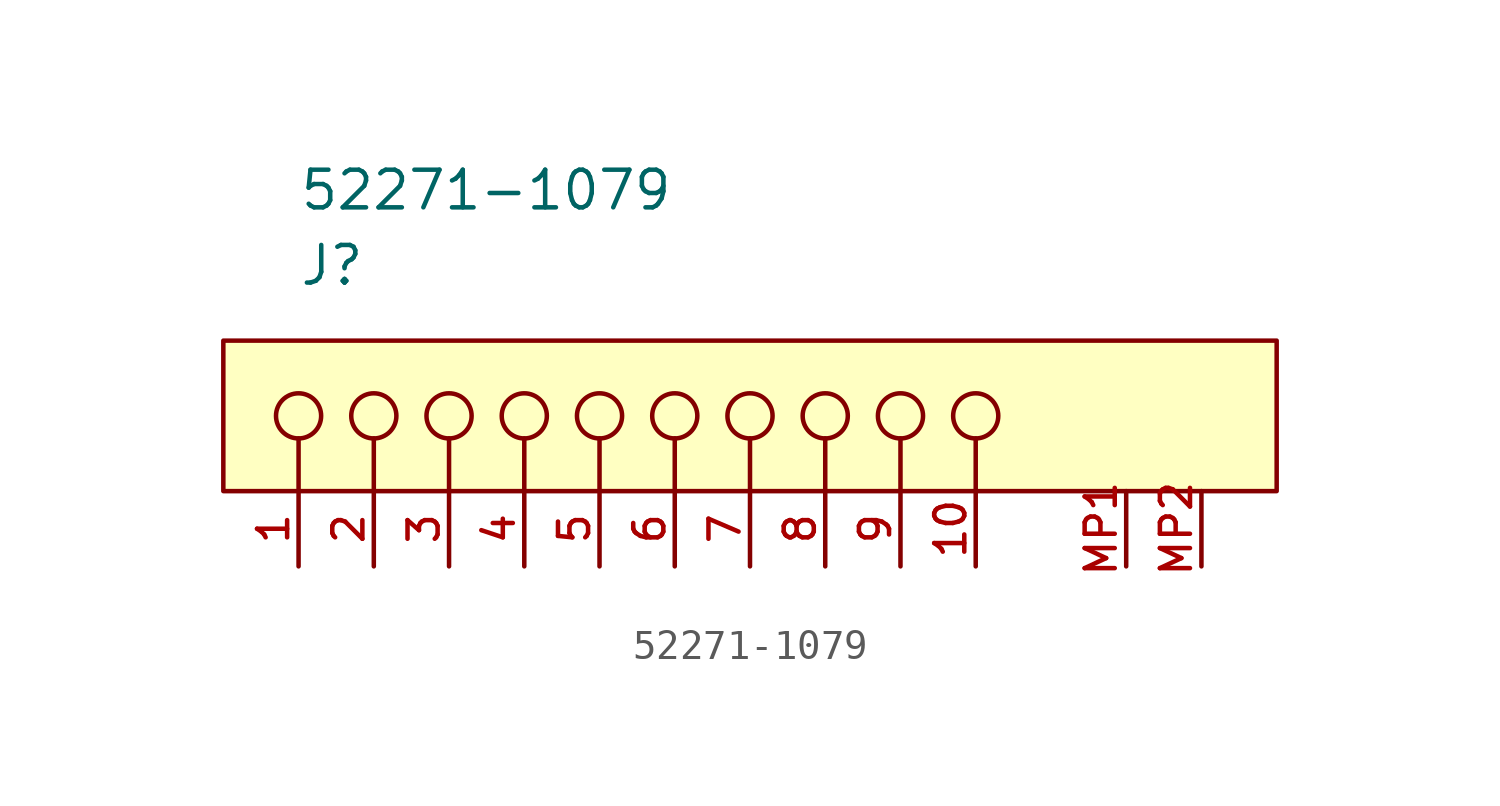
<source format=kicad_sym>
(kicad_symbol_lib
  (version 20201005)
  (generator kicad_symbol_editor)
  (symbol "52271-1079"
    (pin_names
      (offset 0))
    (property "Reference" "J"
      (at 0 12.7 0)
      (effects (font (size 1.27 1.27)) (justify left)))
    (property "Value" "52271-1079"
      (at 0 15.24 0)
      (effects (font (size 1.27 1.27)) (justify left)))
    (property "ki_locked" ""
      (at 0 0 0)
      (effects (font (size 1.27 1.27))))
    (symbol "52271-1079_1_1"
      (circle (center 7.62 7.62) (radius 0.762) (stroke (width 0)) (fill (type none)))
      (circle (center 5.08 7.62) (radius 0.762) (stroke (width 0)) (fill (type none)))
      (circle (center 2.54 7.62) (radius 0.762) (stroke (width 0)) (fill (type none)))
      (circle (center 0 7.62) (radius 0.762) (stroke (width 0)) (fill (type none)))
      (circle (center 10.16 7.62) (radius 0.762) (stroke (width 0)) (fill (type none)))
      (circle (center 12.7 7.62) (radius 0.762) (stroke (width 0)) (fill (type none)))
      (circle (center 15.24 7.62) (radius 0.762) (stroke (width 0)) (fill (type none)))
      (circle (center 17.78 7.62) (radius 0.762) (stroke (width 0)) (fill (type none)))
      (circle (center 20.32 7.62) (radius 0.762) (stroke (width 0)) (fill (type none)))
      (circle (center 22.86 7.62) (radius 0.762) (stroke (width 0)) (fill (type none)))
      (rectangle (start -2.54 10.16) (end 33.02 5.08) (stroke (width 0)) (fill (type background)))
      (polyline (pts (xy 7.62 5.08) (xy 7.62 6.858)) (stroke (width 0)) (fill (type none)))
      (polyline (pts (xy 5.08 5.08) (xy 5.08 6.858)) (stroke (width 0)) (fill (type none)))
      (polyline (pts (xy 2.54 5.08) (xy 2.54 6.858)) (stroke (width 0)) (fill (type none)))
      (polyline (pts (xy 0 5.08) (xy 0 6.858)) (stroke (width 0)) (fill (type none)))
      (polyline (pts (xy 10.16 5.08) (xy 10.16 6.858)) (stroke (width 0)) (fill (type none)))
      (polyline (pts (xy 12.7 5.08) (xy 12.7 6.858)) (stroke (width 0)) (fill (type none)))
      (polyline (pts (xy 15.24 5.08) (xy 15.24 6.858)) (stroke (width 0)) (fill (type none)))
      (polyline (pts (xy 17.78 5.08) (xy 17.78 6.858)) (stroke (width 0)) (fill (type none)))
      (polyline (pts (xy 20.32 5.08) (xy 20.32 6.858)) (stroke (width 0)) (fill (type none)))
      (polyline (pts (xy 22.86 5.08) (xy 22.86 6.858)) (stroke (width 0)) (fill (type none)))
      (pin passive line (at 0 2.54 90) (length 2.54) (name "1" (effects (font (size 0 0)))) (number "1" (effects (font (size 1.016 1.016)))))
      (pin passive line (at 2.54 2.54 90) (length 2.54) (name "2" (effects (font (size 0 0)))) (number "2" (effects (font (size 1.016 1.016)))))
      (pin passive line (at 5.08 2.54 90) (length 2.54) (name "3" (effects (font (size 0 0)))) (number "3" (effects (font (size 1.016 1.016)))))
      (pin passive line (at 7.62 2.54 90) (length 2.54) (name "4" (effects (font (size 0 0)))) (number "4" (effects (font (size 1.016 1.016)))))
      (pin passive line (at 27.94 2.54 90) (length 2.54) (name "MP1" (effects (font (size 0 0)))) (number "MP1" (effects (font (size 1.016 1.016)))))
      (pin passive line (at 30.48 2.54 90) (length 2.54) (name "MP2" (effects (font (size 0 0)))) (number "MP2" (effects (font (size 1.016 1.016)))))
      (pin passive line (at 10.16 2.54 90) (length 2.54) (name "5" (effects (font (size 0 0)))) (number "5" (effects (font (size 1.016 1.016)))))
      (pin passive line (at 12.7 2.54 90) (length 2.54) (name "6" (effects (font (size 0 0)))) (number "6" (effects (font (size 1.016 1.016)))))
      (pin passive line (at 15.24 2.54 90) (length 2.54) (name "7" (effects (font (size 0 0)))) (number "7" (effects (font (size 1.016 1.016)))))
      (pin passive line (at 17.78 2.54 90) (length 2.54) (name "8" (effects (font (size 0 0)))) (number "8" (effects (font (size 1.016 1.016)))))
      (pin passive line (at 20.32 2.54 90) (length 2.54) (name "9" (effects (font (size 0 0)))) (number "9" (effects (font (size 1.016 1.016)))))
      (pin passive line (at 22.86 2.54 90) (length 2.54) (name "10" (effects (font (size 0 0)))) (number "10" (effects (font (size 1.016 1.016))))))))
</source>
